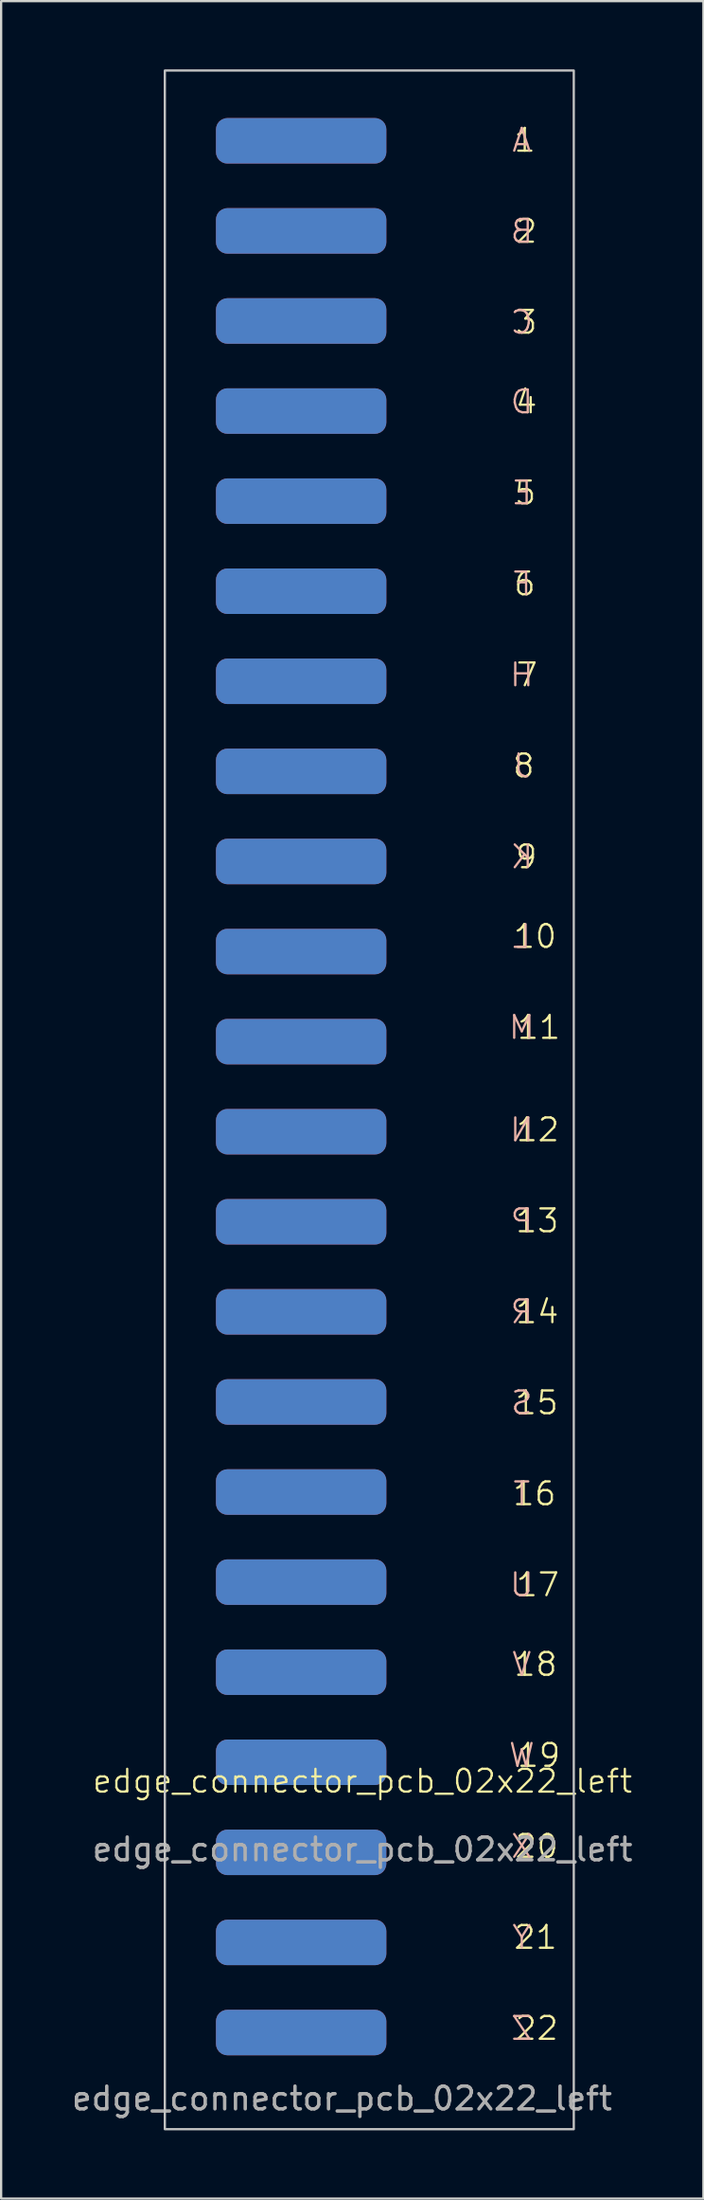
<source format=kicad_pcb>
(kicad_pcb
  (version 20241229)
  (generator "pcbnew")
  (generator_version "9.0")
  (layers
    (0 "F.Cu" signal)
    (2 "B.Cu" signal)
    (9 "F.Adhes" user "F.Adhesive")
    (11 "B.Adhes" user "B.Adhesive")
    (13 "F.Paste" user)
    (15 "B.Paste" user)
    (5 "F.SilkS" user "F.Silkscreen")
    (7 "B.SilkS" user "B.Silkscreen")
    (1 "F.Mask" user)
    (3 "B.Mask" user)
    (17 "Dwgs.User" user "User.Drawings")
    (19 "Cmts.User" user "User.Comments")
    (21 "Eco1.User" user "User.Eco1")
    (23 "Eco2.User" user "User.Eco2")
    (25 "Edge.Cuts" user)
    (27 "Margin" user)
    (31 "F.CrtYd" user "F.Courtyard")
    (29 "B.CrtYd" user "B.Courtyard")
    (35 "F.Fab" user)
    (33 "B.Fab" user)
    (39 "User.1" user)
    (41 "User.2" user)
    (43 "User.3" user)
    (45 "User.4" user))
  (footprint "edge_connector_pcb_02x22_left"
    (layer "F.Cu")
    (at 13.006 42.95)
    (property "Reference" "edge_connector_pcb_02x22_left" (at -0.1 32.3 0) (unlocked yes) (layer "F.SilkS") (effects (font (size 1 1) (thickness 0.1))))
    (attr smd)
    (fp_rect (start -8.8 -42.9) (end 9.2 47.6) (stroke (width 0.1) (type default)) (fill no) (layer "Dwgs.User"))
    (fp_text user "10" (at 6.476 -4.25 0) (unlocked yes) (layer "F.SilkS") (effects (font (size 1 1) (thickness 0.1)) (justify left bottom)))
    (fp_text user "11" (at 6.643 -0.25 0) (unlocked yes) (layer "F.SilkS") (effects (font (size 1 1) (thickness 0.1)) (justify left bottom)))
    (fp_text user "2" (at 6.571 -35.25 0) (unlocked yes) (layer "F.SilkS") (effects (font (size 1 1) (thickness 0.1)) (justify left bottom)))
    (fp_text user "6" (at 6.5 -19.75 0) (unlocked yes) (layer "F.SilkS") (effects (font (size 1 1) (thickness 0.1)) (justify left bottom)))
    (fp_text user "9" (at 6.571 -7.75 0) (unlocked yes) (layer "F.SilkS") (effects (font (size 1 1) (thickness 0.1)) (justify left bottom)))
    (fp_text user "1" (at 6.5 -39.25 0) (unlocked yes) (layer "F.SilkS") (effects (font (size 1 1) (thickness 0.1)) (justify left bottom)))
    (fp_text user "16" (at 6.452 20.25 0) (unlocked yes) (layer "F.SilkS") (effects (font (size 1 1) (thickness 0.1)) (justify left bottom)))
    (fp_text user "20" (at 6.548 35.75 0) (unlocked yes) (layer "F.SilkS") (effects (font (size 1 1) (thickness 0.1)) (justify left bottom)))
    (fp_text user "12" (at 6.595 4.25 0) (unlocked yes) (layer "F.SilkS") (effects (font (size 1 1) (thickness 0.1)) (justify left bottom)))
    (fp_text user "14" (at 6.571 12.25 0) (unlocked yes) (layer "F.SilkS") (effects (font (size 1 1) (thickness 0.1)) (justify left bottom)))
    (fp_text user "21" (at 6.5 39.75 0) (unlocked yes) (layer "F.SilkS") (effects (font (size 1 1) (thickness 0.1)) (justify left bottom)))
    (fp_text user "3" (at 6.571 -31.25 0) (unlocked yes) (layer "F.SilkS") (effects (font (size 1 1) (thickness 0.1)) (justify left bottom)))
    (fp_text user "7" (at 6.595 -15.75 0) (unlocked yes) (layer "F.SilkS") (effects (font (size 1 1) (thickness 0.1)) (justify left bottom)))
    (fp_text user "17" (at 6.595 24.25 0) (unlocked yes) (layer "F.SilkS") (effects (font (size 1 1) (thickness 0.1)) (justify left bottom)))
    (fp_text user "8" (at 6.452 -11.75 0) (unlocked yes) (layer "F.SilkS") (effects (font (size 1 1) (thickness 0.1)) (justify left bottom)))
    (fp_text user "4" (at 6.571 -27.75 0) (unlocked yes) (layer "F.SilkS") (effects (font (size 1 1) (thickness 0.1)) (justify left bottom)))
    (fp_text user "15" (at 6.548 16.25 0) (unlocked yes) (layer "F.SilkS") (effects (font (size 1 1) (thickness 0.1)) (justify left bottom)))
    (fp_text user "19" (at 6.643 31.75 0) (unlocked yes) (layer "F.SilkS") (effects (font (size 1 1) (thickness 0.1)) (justify left bottom)))
    (fp_text user "18" (at 6.5 27.75 0) (unlocked yes) (layer "F.SilkS") (effects (font (size 1 1) (thickness 0.1)) (justify left bottom)))
    (fp_text user "5" (at 6.524 -23.75 0) (unlocked yes) (layer "F.SilkS") (effects (font (size 1 1) (thickness 0.1)) (justify left bottom)))
    (fp_text user "13" (at 6.571 8.25 0) (unlocked yes) (layer "F.SilkS") (effects (font (size 1 1) (thickness 0.1)) (justify left bottom)))
    (fp_text user "22" (at 6.548 43.75 0) (unlocked yes) (layer "F.SilkS") (effects (font (size 1 1) (thickness 0.1)) (justify left bottom)))
    (fp_text user "Z" (at 7.452 43.75 0) (unlocked yes) (layer "B.SilkS") (effects (font (size 1 1) (thickness 0.1)) (justify left bottom mirror)))
    (fp_text user "E" (at 7.429 -23.75 0) (unlocked yes) (layer "B.SilkS") (effects (font (size 1 1) (thickness 0.1)) (justify left bottom mirror)))
    (fp_text user "T" (at 7.357 20.25 0) (unlocked yes) (layer "B.SilkS") (effects (font (size 1 1) (thickness 0.1)) (justify left bottom mirror)))
    (fp_text user "J" (at 7.357 -11.75 0) (unlocked yes) (layer "B.SilkS") (effects (font (size 1 1) (thickness 0.1)) (justify left bottom mirror)))
    (fp_text user "Y" (at 7.405 39.75 0) (unlocked yes) (layer "B.SilkS") (effects (font (size 1 1) (thickness 0.1)) (justify left bottom mirror)))
    (fp_text user "M" (at 7.548 -0.25 0) (unlocked yes) (layer "B.SilkS") (effects (font (size 1 1) (thickness 0.1)) (justify left bottom mirror)))
    (fp_text user "H" (at 7.5 -15.75 0) (unlocked yes) (layer "B.SilkS") (effects (font (size 1 1) (thickness 0.1)) (justify left bottom mirror)))
    (fp_text user "A" (at 7.405 -39.25 0) (unlocked yes) (layer "B.SilkS") (effects (font (size 1 1) (thickness 0.1)) (justify left bottom mirror)))
    (fp_text user "D" (at 7.476 -27.75 0) (unlocked yes) (layer "B.SilkS") (effects (font (size 1 1) (thickness 0.1)) (justify left bottom mirror)))
    (fp_text user "V" (at 7.405 27.75 0) (unlocked yes) (layer "B.SilkS") (effects (font (size 1 1) (thickness 0.1)) (justify left bottom mirror)))
    (fp_text user "R" (at 7.476 12.25 0) (unlocked yes) (layer "B.SilkS") (effects (font (size 1 1) (thickness 0.1)) (justify left bottom mirror)))
    (fp_text user "W" (at 7.548 31.75 0) (unlocked yes) (layer "B.SilkS") (effects (font (size 1 1) (thickness 0.1)) (justify left bottom mirror)))
    (fp_text user "S" (at 7.452 16.25 0) (unlocked yes) (layer "B.SilkS") (effects (font (size 1 1) (thickness 0.1)) (justify left bottom mirror)))
    (fp_text user "C" (at 7.476 -31.25 0) (unlocked yes) (layer "B.SilkS") (effects (font (size 1 1) (thickness 0.1)) (justify left bottom mirror)))
    (fp_text user "B" (at 7.476 -35.25 0) (unlocked yes) (layer "B.SilkS") (effects (font (size 1 1) (thickness 0.1)) (justify left bottom mirror)))
    (fp_text user "U" (at 7.5 24.25 0) (unlocked yes) (layer "B.SilkS") (effects (font (size 1 1) (thickness 0.1)) (justify left bottom mirror)))
    (fp_text user "L" (at 7.381 -4.25 0) (unlocked yes) (layer "B.SilkS") (effects (font (size 1 1) (thickness 0.1)) (justify left bottom mirror)))
    (fp_text user "P" (at 7.476 8.25 0) (unlocked yes) (layer "B.SilkS") (effects (font (size 1 1) (thickness 0.1)) (justify left bottom mirror)))
    (fp_text user "K" (at 7.476 -7.75 0) (unlocked yes) (layer "B.SilkS") (effects (font (size 1 1) (thickness 0.1)) (justify left bottom mirror)))
    (fp_text user "N" (at 7.5 4.25 0) (unlocked yes) (layer "B.SilkS") (effects (font (size 1 1) (thickness 0.1)) (justify left bottom mirror)))
    (fp_text user "X" (at 7.452 35.75 0) (unlocked yes) (layer "B.SilkS") (effects (font (size 1 1) (thickness 0.1)) (justify left bottom mirror)))
    (fp_text user "F" (at 7.405 -19.75 0) (unlocked yes) (layer "B.SilkS") (effects (font (size 1 1) (thickness 0.1)) (justify left bottom mirror)))
    (fp_text user "${REFERENCE}" (at -1 46.25 0) (unlocked yes) (layer "F.Fab") (effects (font (size 1 1) (thickness 0.15))))
    (fp_text user "${REFERENCE}" (at -0.1 35.3 0) (unlocked yes) (layer "F.Fab") (effects (font (size 1 1) (thickness 0.15))))
    (pad "1" smd roundrect (at -2.8 -39.81) (size 7.5 2) (layers "F.Cu" "F.Mask" "F.Paste") (roundrect_rratio 0.25))
    (pad "2" smd roundrect (at -2.8 -35.85) (size 7.5 2) (layers "F.Cu" "F.Mask" "F.Paste") (roundrect_rratio 0.25))
    (pad "3" smd roundrect (at -2.8 -31.89) (size 7.5 2) (layers "F.Cu" "F.Mask" "F.Paste") (roundrect_rratio 0.25))
    (pad "4" smd roundrect (at -2.8 -27.93) (size 7.5 2) (layers "F.Cu" "F.Mask" "F.Paste") (roundrect_rratio 0.25))
    (pad "5" smd roundrect (at -2.8 -23.97) (size 7.5 2) (layers "F.Cu" "F.Mask" "F.Paste") (roundrect_rratio 0.25))
    (pad "6" smd roundrect (at -2.8 -20.01) (size 7.5 2) (layers "F.Cu" "F.Mask" "F.Paste") (roundrect_rratio 0.25))
    (pad "7" smd roundrect (at -2.8 -16.05) (size 7.5 2) (layers "F.Cu" "F.Mask" "F.Paste") (roundrect_rratio 0.25))
    (pad "8" smd roundrect (at -2.8 -12.09) (size 7.5 2) (layers "F.Cu" "F.Mask" "F.Paste") (roundrect_rratio 0.25))
    (pad "9" smd roundrect (at -2.8 -8.13) (size 7.5 2) (layers "F.Cu" "F.Mask" "F.Paste") (roundrect_rratio 0.25))
    (pad "10" smd roundrect (at -2.8 -4.17) (size 7.5 2) (layers "F.Cu" "F.Mask" "F.Paste") (roundrect_rratio 0.25))
    (pad "11" smd roundrect (at -2.8 -0.21) (size 7.5 2) (layers "F.Cu" "F.Mask" "F.Paste") (roundrect_rratio 0.25))
    (pad "12" smd roundrect (at -2.8 3.75) (size 7.5 2) (layers "F.Cu" "F.Mask" "F.Paste") (roundrect_rratio 0.25))
    (pad "13" smd roundrect (at -2.8 7.71) (size 7.5 2) (layers "F.Cu" "F.Mask" "F.Paste") (roundrect_rratio 0.25))
    (pad "14" smd roundrect (at -2.8 11.67) (size 7.5 2) (layers "F.Cu" "F.Mask" "F.Paste") (roundrect_rratio 0.25))
    (pad "15" smd roundrect (at -2.8 15.63) (size 7.5 2) (layers "F.Cu" "F.Mask" "F.Paste") (roundrect_rratio 0.25))
    (pad "16" smd roundrect (at -2.8 19.59) (size 7.5 2) (layers "F.Cu" "F.Mask" "F.Paste") (roundrect_rratio 0.25))
    (pad "17" smd roundrect (at -2.8 23.55) (size 7.5 2) (layers "F.Cu" "F.Mask" "F.Paste") (roundrect_rratio 0.25))
    (pad "18" smd roundrect (at -2.8 27.51) (size 7.5 2) (layers "F.Cu" "F.Mask" "F.Paste") (roundrect_rratio 0.25))
    (pad "19" smd roundrect (at -2.8 31.47) (size 7.5 2) (layers "F.Cu" "F.Mask" "F.Paste") (roundrect_rratio 0.25))
    (pad "20" smd roundrect (at -2.8 35.43) (size 7.5 2) (layers "F.Cu" "F.Mask" "F.Paste") (roundrect_rratio 0.25))
    (pad "21" smd roundrect (at -2.8 39.39) (size 7.5 2) (layers "F.Cu" "F.Mask" "F.Paste") (roundrect_rratio 0.25))
    (pad "22" smd roundrect (at -2.8 43.35) (size 7.5 2) (layers "F.Cu" "F.Mask" "F.Paste") (roundrect_rratio 0.25))
    (pad "23" smd roundrect (at -2.8 -39.81) (size 7.5 2) (layers "B.Cu" "B.Mask" "B.Paste") (roundrect_rratio 0.25))
    (pad "24" smd roundrect (at -2.8 -35.85) (size 7.5 2) (layers "B.Cu" "B.Mask" "B.Paste") (roundrect_rratio 0.25))
    (pad "25" smd roundrect (at -2.8 -31.89) (size 7.5 2) (layers "B.Cu" "B.Mask" "B.Paste") (roundrect_rratio 0.25))
    (pad "26" smd roundrect (at -2.8 -27.93) (size 7.5 2) (layers "B.Cu" "B.Mask" "B.Paste") (roundrect_rratio 0.25))
    (pad "27" smd roundrect (at -2.8 -23.97) (size 7.5 2) (layers "B.Cu" "B.Mask" "B.Paste") (roundrect_rratio 0.25))
    (pad "28" smd roundrect (at -2.8 -20.01) (size 7.5 2) (layers "B.Cu" "B.Mask" "B.Paste") (roundrect_rratio 0.25))
    (pad "29" smd roundrect (at -2.8 -16.05) (size 7.5 2) (layers "B.Cu" "B.Mask" "B.Paste") (roundrect_rratio 0.25))
    (pad "30" smd roundrect (at -2.8 -12.09) (size 7.5 2) (layers "B.Cu" "B.Mask" "B.Paste") (roundrect_rratio 0.25))
    (pad "31" smd roundrect (at -2.8 -8.13) (size 7.5 2) (layers "B.Cu" "B.Mask" "B.Paste") (roundrect_rratio 0.25))
    (pad "32" smd roundrect (at -2.8 -4.17) (size 7.5 2) (layers "B.Cu" "B.Mask" "B.Paste") (roundrect_rratio 0.25))
    (pad "33" smd roundrect (at -2.8 -0.21) (size 7.5 2) (layers "B.Cu" "B.Mask" "B.Paste") (roundrect_rratio 0.25))
    (pad "34" smd roundrect (at -2.8 3.75) (size 7.5 2) (layers "B.Cu" "B.Mask" "B.Paste") (roundrect_rratio 0.25))
    (pad "35" smd roundrect (at -2.8 7.71) (size 7.5 2) (layers "B.Cu" "B.Mask" "B.Paste") (roundrect_rratio 0.25))
    (pad "36" smd roundrect (at -2.8 11.67) (size 7.5 2) (layers "B.Cu" "B.Mask" "B.Paste") (roundrect_rratio 0.25))
    (pad "37" smd roundrect (at -2.8 15.63) (size 7.5 2) (layers "B.Cu" "B.Mask" "B.Paste") (roundrect_rratio 0.25))
    (pad "38" smd roundrect (at -2.8 19.59) (size 7.5 2) (layers "B.Cu" "B.Mask" "B.Paste") (roundrect_rratio 0.25))
    (pad "39" smd roundrect (at -2.8 23.55) (size 7.5 2) (layers "B.Cu" "B.Mask" "B.Paste") (roundrect_rratio 0.25))
    (pad "40" smd roundrect (at -2.8 27.51) (size 7.5 2) (layers "B.Cu" "B.Mask" "B.Paste") (roundrect_rratio 0.25))
    (pad "41" smd roundrect (at -2.8 31.47) (size 7.5 2) (layers "B.Cu" "B.Mask" "B.Paste") (roundrect_rratio 0.25))
    (pad "42" smd roundrect (at -2.8 35.43) (size 7.5 2) (layers "B.Cu" "B.Mask" "B.Paste") (roundrect_rratio 0.25))
    (pad "43" smd roundrect (at -2.8 39.39) (size 7.5 2) (layers "B.Cu" "B.Mask" "B.Paste") (roundrect_rratio 0.25))
    (pad "44" smd roundrect (at -2.8 43.35) (size 7.5 2) (layers "B.Cu" "B.Mask" "B.Paste") (roundrect_rratio 0.25)))
  (gr_rect
    (start -3 -3)
    (end 27.912 93.6)
    (stroke (width 0.1) (type default))
    (fill no)
    (layer "Edge.Cuts")))
</source>
